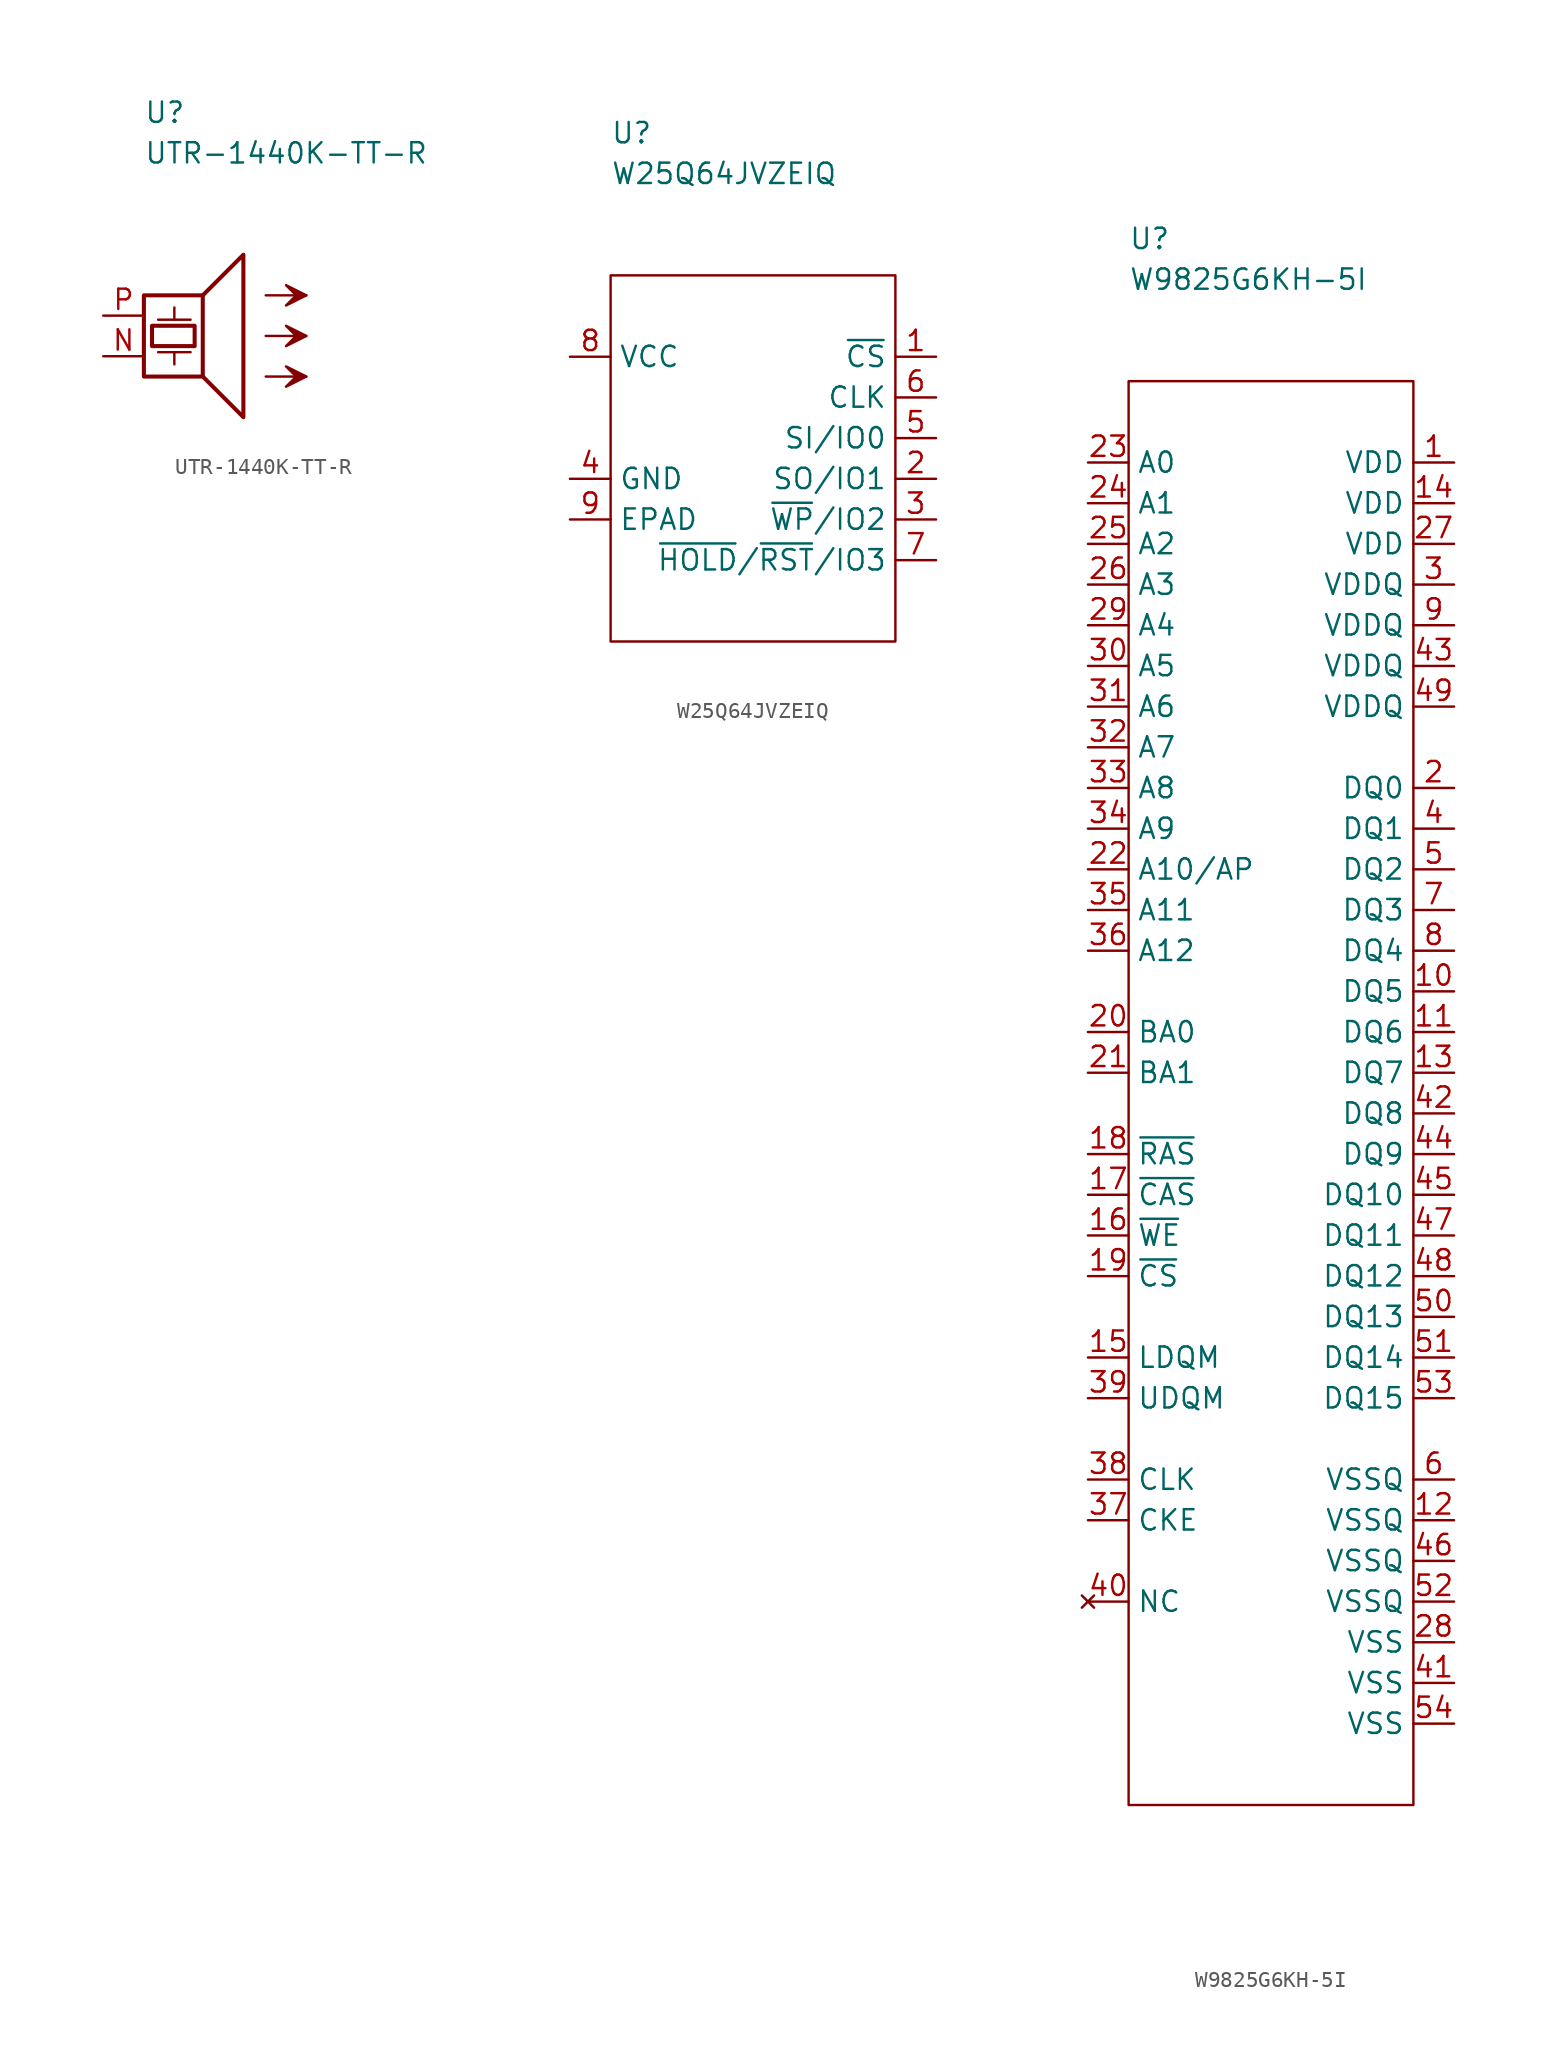
<source format=kicad_sym>
(kicad_symbol_lib
  (version 20211014)
  (generator kicad_symbol_editor)
  (symbol "UTR-1440K-TT-R"
    (pin_names
      (offset 0) hide)
    (property "Reference" "U"
      (at 0 12.7 0)
      (effects (font (size 1.27 1.27)) (justify left)))
    (property "Value" "UTR-1440K-TT-R"
      (at 0 10.16 0)
      (effects (font (size 1.27 1.27)) (justify left)))
    (symbol "UTR-1440K-TT-R_0_0"
      (polyline (pts (xy 0.889 -2.286) (xy 2.921 -2.286)) (stroke (width 0) (type default) (color 0 0 0 0)) (fill (type none)))
      (polyline (pts (xy 0.889 -0.254) (xy 2.921 -0.254)) (stroke (width 0) (type default) (color 0 0 0 0)) (fill (type none)))
      (polyline (pts (xy 1.905 -2.286) (xy 1.905 -3.048)) (stroke (width 0) (type default) (color 0 0 0 0)) (fill (type none)))
      (polyline (pts (xy 1.905 -0.254) (xy 1.905 0.508)) (stroke (width 0) (type default) (color 0 0 0 0)) (fill (type none)))
      (polyline (pts (xy 3.683 1.27) (xy 6.223 3.81) (xy 6.223 -6.35) (xy 3.683 -3.81)) (stroke (width 0.254) (type default) (color 0 0 0 0)) (fill (type none)))
      (rectangle (start 0 1.27) (end 3.683 -3.81) (stroke (width 0.254) (type default) (color 0 0 0 0)) (fill (type none)))
      (rectangle (start 0.508 -0.635) (end 3.175 -1.905) (stroke (width 0.254) (type default) (color 0 0 0 0)) (fill (type none))))
    (symbol "UTR-1440K-TT-R_0_1"
      (polyline (pts (xy 7.62 -3.81) (xy 10.16 -3.81)) (stroke (width 0) (type default) (color 0 0 0 0)) (fill (type none)))
      (polyline (pts (xy 7.62 -1.27) (xy 10.16 -1.27)) (stroke (width 0) (type default) (color 0 0 0 0)) (fill (type none)))
      (polyline (pts (xy 7.62 1.27) (xy 10.16 1.27)) (stroke (width 0) (type default) (color 0 0 0 0)) (fill (type none)))
      (polyline (pts (xy 8.89 -4.445) (xy 10.16 -3.81) (xy 8.89 -3.175) (xy 9.525 -3.81) (xy 8.89 -4.445) (xy 10.16 -3.81)) (stroke (width 0) (type default) (color 0 0 0 0)) (fill (type outline)))
      (polyline (pts (xy 8.89 -1.905) (xy 10.16 -1.27) (xy 8.89 -0.635) (xy 9.525 -1.27) (xy 8.89 -1.905) (xy 10.16 -1.27)) (stroke (width 0) (type default) (color 0 0 0 0)) (fill (type outline)))
      (polyline (pts (xy 8.89 0.635) (xy 10.16 1.27) (xy 8.89 1.905) (xy 9.525 1.27) (xy 8.89 0.635) (xy 10.16 1.27)) (stroke (width 0) (type default) (color 0 0 0 0)) (fill (type outline))))
    (symbol "UTR-1440K-TT-R_1_1"
      (pin input line (at -2.54 -2.54 0) (length 2.54) (name "N" (effects (font (size 1.27 1.27)))) (number "N" (effects (font (size 1.27 1.27)))))
      (pin input line (at -2.54 0 0) (length 2.54) (name "P" (effects (font (size 1.27 1.27)))) (number "P" (effects (font (size 1.27 1.27)))))))
  (symbol "W25Q64JVZEIQ"
    (property "Reference" "U"
      (at 0 8.89 0)
      (effects (font (size 1.27 1.27)) (justify left)))
    (property "Value" "W25Q64JVZEIQ"
      (at 0 6.35 0)
      (effects (font (size 1.27 1.27)) (justify left)))
    (symbol "W25Q64JVZEIQ_0_1"
      (rectangle (start 0 0) (end 17.78 -22.86) (stroke (width 0.152) (type default) (color 0 0 0 0)) (fill (type none))))
    (symbol "W25Q64JVZEIQ_1_1"
      (pin passive line (at 20.32 -5.08 180) (length 2.54) (name "~{CS}" (effects (font (size 1.27 1.27)))) (number "1" (effects (font (size 1.27 1.27)))))
      (pin passive line (at 20.32 -12.7 180) (length 2.54) (name "SO/IO1" (effects (font (size 1.27 1.27)))) (number "2" (effects (font (size 1.27 1.27)))))
      (pin passive line (at 20.32 -15.24 180) (length 2.54) (name "~{WP}/IO2" (effects (font (size 1.27 1.27)))) (number "3" (effects (font (size 1.27 1.27)))))
      (pin passive line (at -2.54 -12.7 0) (length 2.54) (name "GND" (effects (font (size 1.27 1.27)))) (number "4" (effects (font (size 1.27 1.27)))))
      (pin passive line (at 20.32 -10.16 180) (length 2.54) (name "SI/IO0" (effects (font (size 1.27 1.27)))) (number "5" (effects (font (size 1.27 1.27)))))
      (pin passive line (at 20.32 -7.62 180) (length 2.54) (name "CLK" (effects (font (size 1.27 1.27)))) (number "6" (effects (font (size 1.27 1.27)))))
      (pin passive line (at 20.32 -17.78 180) (length 2.54) (name "~{HOLD}/~{RST}/IO3" (effects (font (size 1.27 1.27)))) (number "7" (effects (font (size 1.27 1.27)))))
      (pin passive line (at -2.54 -5.08 0) (length 2.54) (name "VCC" (effects (font (size 1.27 1.27)))) (number "8" (effects (font (size 1.27 1.27)))))
      (pin passive line (at -2.54 -15.24 0) (length 2.54) (name "EPAD" (effects (font (size 1.27 1.27)))) (number "9" (effects (font (size 1.27 1.27)))))))
  (symbol "W9825G6KH-5I"
    (property "Reference" "U"
      (at 0 8.89 0)
      (effects (font (size 1.27 1.27)) (justify left)))
    (property "Value" "W9825G6KH-5I"
      (at 0 6.35 0)
      (effects (font (size 1.27 1.27)) (justify left)))
    (symbol "W9825G6KH-5I_0_1"
      (rectangle (start 0 0) (end 17.78 -88.9) (stroke (width 0.152) (type default) (color 0 0 0 0)) (fill (type none))))
    (symbol "W9825G6KH-5I_1_1"
      (pin passive line (at 20.32 -5.08 180) (length 2.54) (name "VDD" (effects (font (size 1.27 1.27)))) (number "1" (effects (font (size 1.27 1.27)))))
      (pin passive line (at 20.32 -38.1 180) (length 2.54) (name "DQ5" (effects (font (size 1.27 1.27)))) (number "10" (effects (font (size 1.27 1.27)))))
      (pin passive line (at 20.32 -40.64 180) (length 2.54) (name "DQ6" (effects (font (size 1.27 1.27)))) (number "11" (effects (font (size 1.27 1.27)))))
      (pin passive line (at 20.32 -71.12 180) (length 2.54) (name "VSSQ" (effects (font (size 1.27 1.27)))) (number "12" (effects (font (size 1.27 1.27)))))
      (pin passive line (at 20.32 -43.18 180) (length 2.54) (name "DQ7" (effects (font (size 1.27 1.27)))) (number "13" (effects (font (size 1.27 1.27)))))
      (pin passive line (at 20.32 -7.62 180) (length 2.54) (name "VDD" (effects (font (size 1.27 1.27)))) (number "14" (effects (font (size 1.27 1.27)))))
      (pin passive line (at -2.54 -60.96 0) (length 2.54) (name "LDQM" (effects (font (size 1.27 1.27)))) (number "15" (effects (font (size 1.27 1.27)))))
      (pin passive line (at -2.54 -53.34 0) (length 2.54) (name "~{WE}" (effects (font (size 1.27 1.27)))) (number "16" (effects (font (size 1.27 1.27)))))
      (pin passive line (at -2.54 -50.8 0) (length 2.54) (name "~{CAS}" (effects (font (size 1.27 1.27)))) (number "17" (effects (font (size 1.27 1.27)))))
      (pin passive line (at -2.54 -48.26 0) (length 2.54) (name "~{RAS}" (effects (font (size 1.27 1.27)))) (number "18" (effects (font (size 1.27 1.27)))))
      (pin passive line (at -2.54 -55.88 0) (length 2.54) (name "~{CS}" (effects (font (size 1.27 1.27)))) (number "19" (effects (font (size 1.27 1.27)))))
      (pin passive line (at 20.32 -25.4 180) (length 2.54) (name "DQ0" (effects (font (size 1.27 1.27)))) (number "2" (effects (font (size 1.27 1.27)))))
      (pin passive line (at -2.54 -40.64 0) (length 2.54) (name "BA0" (effects (font (size 1.27 1.27)))) (number "20" (effects (font (size 1.27 1.27)))))
      (pin passive line (at -2.54 -43.18 0) (length 2.54) (name "BA1" (effects (font (size 1.27 1.27)))) (number "21" (effects (font (size 1.27 1.27)))))
      (pin passive line (at -2.54 -30.48 0) (length 2.54) (name "A10/AP" (effects (font (size 1.27 1.27)))) (number "22" (effects (font (size 1.27 1.27)))))
      (pin passive line (at -2.54 -5.08 0) (length 2.54) (name "A0" (effects (font (size 1.27 1.27)))) (number "23" (effects (font (size 1.27 1.27)))))
      (pin passive line (at -2.54 -7.62 0) (length 2.54) (name "A1" (effects (font (size 1.27 1.27)))) (number "24" (effects (font (size 1.27 1.27)))))
      (pin passive line (at -2.54 -10.16 0) (length 2.54) (name "A2" (effects (font (size 1.27 1.27)))) (number "25" (effects (font (size 1.27 1.27)))))
      (pin passive line (at -2.54 -12.7 0) (length 2.54) (name "A3" (effects (font (size 1.27 1.27)))) (number "26" (effects (font (size 1.27 1.27)))))
      (pin passive line (at 20.32 -10.16 180) (length 2.54) (name "VDD" (effects (font (size 1.27 1.27)))) (number "27" (effects (font (size 1.27 1.27)))))
      (pin passive line (at 20.32 -78.74 180) (length 2.54) (name "VSS" (effects (font (size 1.27 1.27)))) (number "28" (effects (font (size 1.27 1.27)))))
      (pin passive line (at -2.54 -15.24 0) (length 2.54) (name "A4" (effects (font (size 1.27 1.27)))) (number "29" (effects (font (size 1.27 1.27)))))
      (pin passive line (at 20.32 -12.7 180) (length 2.54) (name "VDDQ" (effects (font (size 1.27 1.27)))) (number "3" (effects (font (size 1.27 1.27)))))
      (pin passive line (at -2.54 -17.78 0) (length 2.54) (name "A5" (effects (font (size 1.27 1.27)))) (number "30" (effects (font (size 1.27 1.27)))))
      (pin passive line (at -2.54 -20.32 0) (length 2.54) (name "A6" (effects (font (size 1.27 1.27)))) (number "31" (effects (font (size 1.27 1.27)))))
      (pin passive line (at -2.54 -22.86 0) (length 2.54) (name "A7" (effects (font (size 1.27 1.27)))) (number "32" (effects (font (size 1.27 1.27)))))
      (pin passive line (at -2.54 -25.4 0) (length 2.54) (name "A8" (effects (font (size 1.27 1.27)))) (number "33" (effects (font (size 1.27 1.27)))))
      (pin passive line (at -2.54 -27.94 0) (length 2.54) (name "A9" (effects (font (size 1.27 1.27)))) (number "34" (effects (font (size 1.27 1.27)))))
      (pin passive line (at -2.54 -33.02 0) (length 2.54) (name "A11" (effects (font (size 1.27 1.27)))) (number "35" (effects (font (size 1.27 1.27)))))
      (pin passive line (at -2.54 -35.56 0) (length 2.54) (name "A12" (effects (font (size 1.27 1.27)))) (number "36" (effects (font (size 1.27 1.27)))))
      (pin passive line (at -2.54 -71.12 0) (length 2.54) (name "CKE" (effects (font (size 1.27 1.27)))) (number "37" (effects (font (size 1.27 1.27)))))
      (pin passive line (at -2.54 -68.58 0) (length 2.54) (name "CLK" (effects (font (size 1.27 1.27)))) (number "38" (effects (font (size 1.27 1.27)))))
      (pin passive line (at -2.54 -63.5 0) (length 2.54) (name "UDQM" (effects (font (size 1.27 1.27)))) (number "39" (effects (font (size 1.27 1.27)))))
      (pin passive line (at 20.32 -27.94 180) (length 2.54) (name "DQ1" (effects (font (size 1.27 1.27)))) (number "4" (effects (font (size 1.27 1.27)))))
      (pin no_connect line (at -2.54 -76.2 0) (length 2.54) (name "NC" (effects (font (size 1.27 1.27)))) (number "40" (effects (font (size 1.27 1.27)))))
      (pin passive line (at 20.32 -81.28 180) (length 2.54) (name "VSS" (effects (font (size 1.27 1.27)))) (number "41" (effects (font (size 1.27 1.27)))))
      (pin passive line (at 20.32 -45.72 180) (length 2.54) (name "DQ8" (effects (font (size 1.27 1.27)))) (number "42" (effects (font (size 1.27 1.27)))))
      (pin passive line (at 20.32 -17.78 180) (length 2.54) (name "VDDQ" (effects (font (size 1.27 1.27)))) (number "43" (effects (font (size 1.27 1.27)))))
      (pin passive line (at 20.32 -48.26 180) (length 2.54) (name "DQ9" (effects (font (size 1.27 1.27)))) (number "44" (effects (font (size 1.27 1.27)))))
      (pin passive line (at 20.32 -50.8 180) (length 2.54) (name "DQ10" (effects (font (size 1.27 1.27)))) (number "45" (effects (font (size 1.27 1.27)))))
      (pin passive line (at 20.32 -73.66 180) (length 2.54) (name "VSSQ" (effects (font (size 1.27 1.27)))) (number "46" (effects (font (size 1.27 1.27)))))
      (pin passive line (at 20.32 -53.34 180) (length 2.54) (name "DQ11" (effects (font (size 1.27 1.27)))) (number "47" (effects (font (size 1.27 1.27)))))
      (pin passive line (at 20.32 -55.88 180) (length 2.54) (name "DQ12" (effects (font (size 1.27 1.27)))) (number "48" (effects (font (size 1.27 1.27)))))
      (pin passive line (at 20.32 -20.32 180) (length 2.54) (name "VDDQ" (effects (font (size 1.27 1.27)))) (number "49" (effects (font (size 1.27 1.27)))))
      (pin passive line (at 20.32 -30.48 180) (length 2.54) (name "DQ2" (effects (font (size 1.27 1.27)))) (number "5" (effects (font (size 1.27 1.27)))))
      (pin passive line (at 20.32 -58.42 180) (length 2.54) (name "DQ13" (effects (font (size 1.27 1.27)))) (number "50" (effects (font (size 1.27 1.27)))))
      (pin passive line (at 20.32 -60.96 180) (length 2.54) (name "DQ14" (effects (font (size 1.27 1.27)))) (number "51" (effects (font (size 1.27 1.27)))))
      (pin passive line (at 20.32 -76.2 180) (length 2.54) (name "VSSQ" (effects (font (size 1.27 1.27)))) (number "52" (effects (font (size 1.27 1.27)))))
      (pin passive line (at 20.32 -63.5 180) (length 2.54) (name "DQ15" (effects (font (size 1.27 1.27)))) (number "53" (effects (font (size 1.27 1.27)))))
      (pin passive line (at 20.32 -83.82 180) (length 2.54) (name "VSS" (effects (font (size 1.27 1.27)))) (number "54" (effects (font (size 1.27 1.27)))))
      (pin passive line (at 20.32 -68.58 180) (length 2.54) (name "VSSQ" (effects (font (size 1.27 1.27)))) (number "6" (effects (font (size 1.27 1.27)))))
      (pin passive line (at 20.32 -33.02 180) (length 2.54) (name "DQ3" (effects (font (size 1.27 1.27)))) (number "7" (effects (font (size 1.27 1.27)))))
      (pin passive line (at 20.32 -35.56 180) (length 2.54) (name "DQ4" (effects (font (size 1.27 1.27)))) (number "8" (effects (font (size 1.27 1.27)))))
      (pin passive line (at 20.32 -15.24 180) (length 2.54) (name "VDDQ" (effects (font (size 1.27 1.27)))) (number "9" (effects (font (size 1.27 1.27))))))))
</source>
